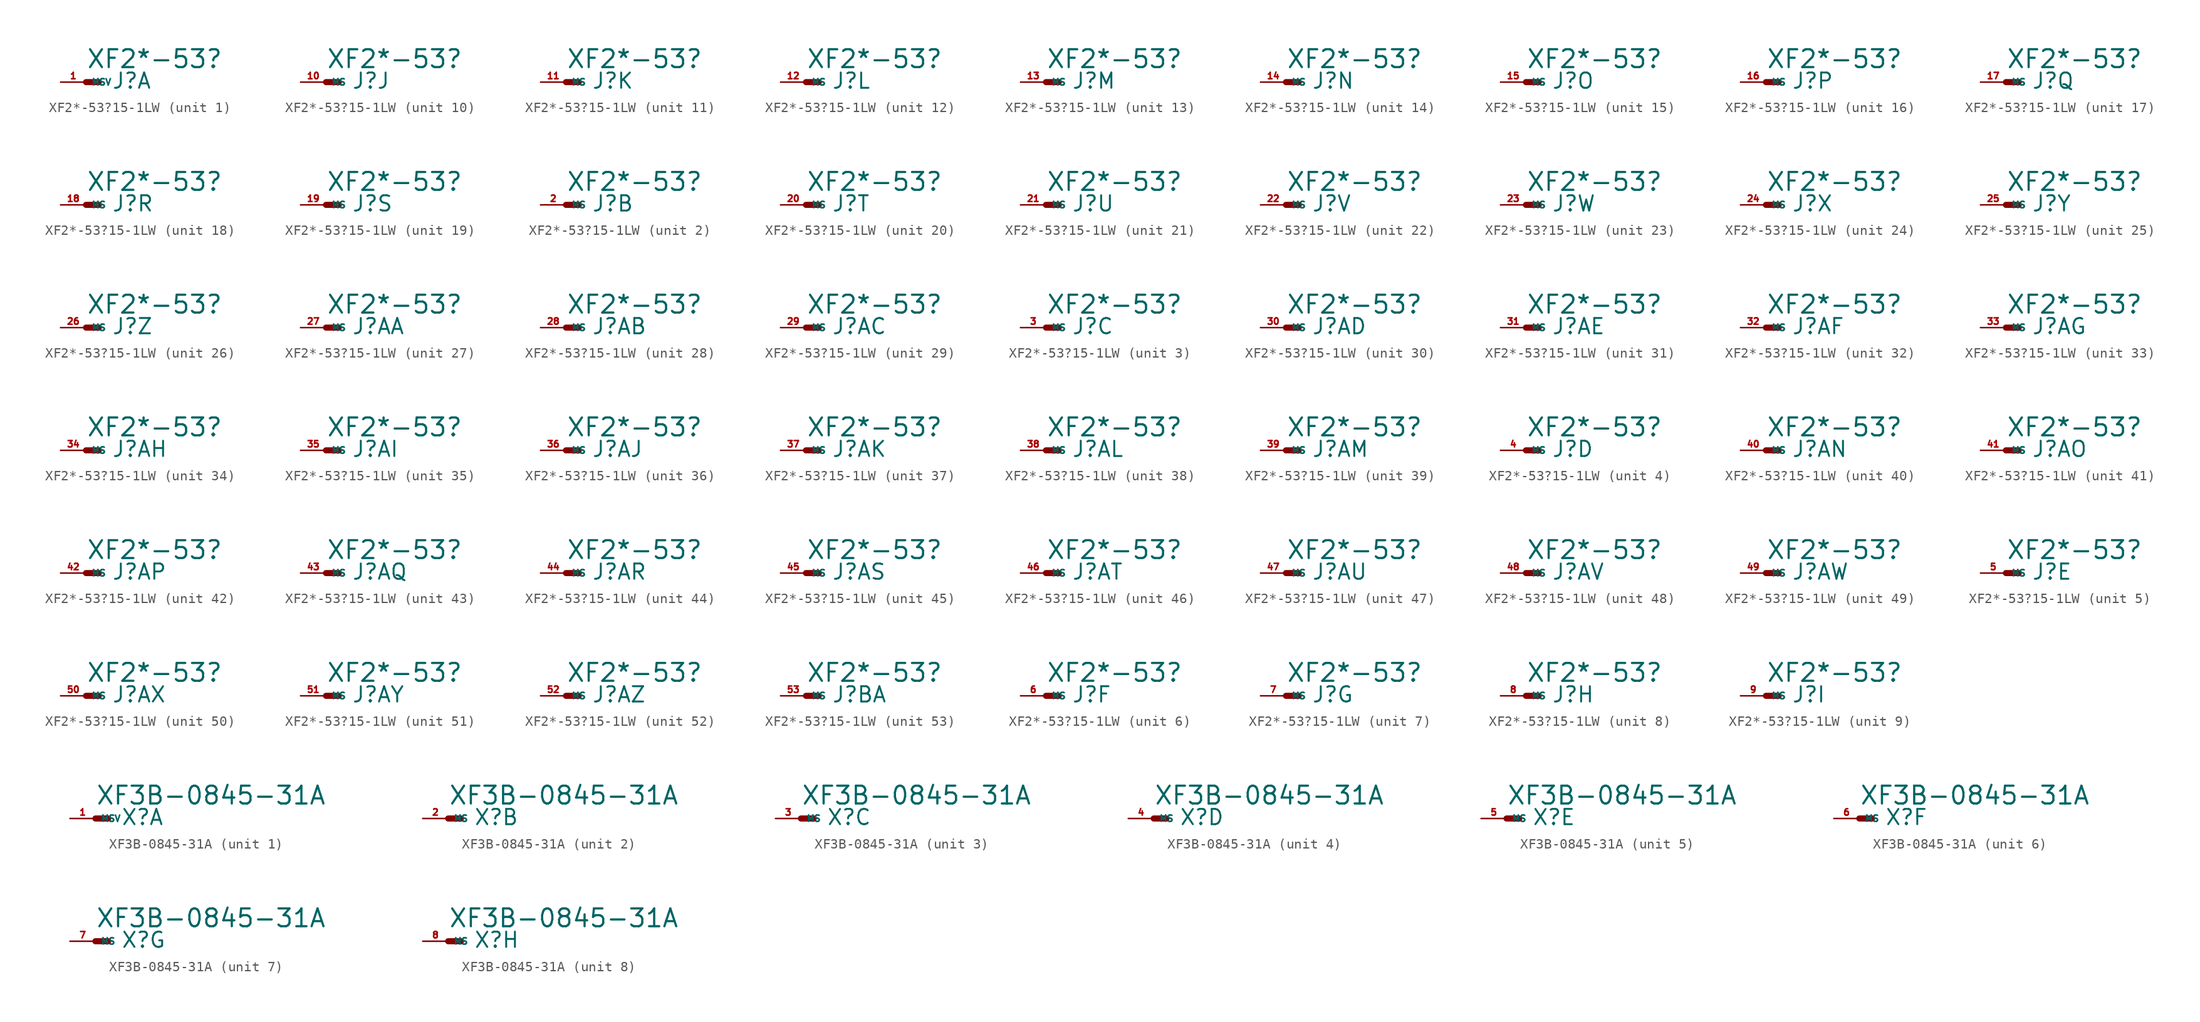
<source format=kicad_sym>
(kicad_symbol_lib
  (version 20220914)
  (generator Eagle2Kicad)
  (symbol "XF2*-53?15-1LW"
    (property "Reference" "J"
      (at 2.54 -0.762 0)
      (effects (font (size 1.524 1.524) (thickness 0.19)) (justify left bottom)))
    (property "Value" "XF2*-53?"
      (at 0 1.27 0)
      (effects (font (size 1.778 1.778) (thickness 0.22)) (justify left bottom)))
    (symbol "XF2*-53?15-1LW_1_0"
      (polyline (pts (xy 0 0) (xy 1.27 0)) (stroke (width 0.61) (type default)) (fill (type none)))
      (pin passive line (at -2.54 0 0) (length 2.54) (name "MSV" (effects (font (size 0.635 0.635) (thickness 0.08)) (justify left bottom))) (number "1" (effects (font (size 0.635 0.635) (thickness 0.08)) (justify left bottom)))))
    (symbol "XF2*-53?15-1LW_2_0"
      (polyline (pts (xy 0 0) (xy 1.27 0)) (stroke (width 0.61) (type default)) (fill (type none)))
      (pin passive line (at -2.54 0 0) (length 2.54) (name "MS" (effects (font (size 0.635 0.635) (thickness 0.08)) (justify left bottom))) (number "2" (effects (font (size 0.635 0.635) (thickness 0.08)) (justify left bottom)))))
    (symbol "XF2*-53?15-1LW_3_0"
      (polyline (pts (xy 0 0) (xy 1.27 0)) (stroke (width 0.61) (type default)) (fill (type none)))
      (pin passive line (at -2.54 0 0) (length 2.54) (name "MS" (effects (font (size 0.635 0.635) (thickness 0.08)) (justify left bottom))) (number "3" (effects (font (size 0.635 0.635) (thickness 0.08)) (justify left bottom)))))
    (symbol "XF2*-53?15-1LW_4_0"
      (polyline (pts (xy 0 0) (xy 1.27 0)) (stroke (width 0.61) (type default)) (fill (type none)))
      (pin passive line (at -2.54 0 0) (length 2.54) (name "MS" (effects (font (size 0.635 0.635) (thickness 0.08)) (justify left bottom))) (number "4" (effects (font (size 0.635 0.635) (thickness 0.08)) (justify left bottom)))))
    (symbol "XF2*-53?15-1LW_5_0"
      (polyline (pts (xy 0 0) (xy 1.27 0)) (stroke (width 0.61) (type default)) (fill (type none)))
      (pin passive line (at -2.54 0 0) (length 2.54) (name "MS" (effects (font (size 0.635 0.635) (thickness 0.08)) (justify left bottom))) (number "5" (effects (font (size 0.635 0.635) (thickness 0.08)) (justify left bottom)))))
    (symbol "XF2*-53?15-1LW_6_0"
      (polyline (pts (xy 0 0) (xy 1.27 0)) (stroke (width 0.61) (type default)) (fill (type none)))
      (pin passive line (at -2.54 0 0) (length 2.54) (name "MS" (effects (font (size 0.635 0.635) (thickness 0.08)) (justify left bottom))) (number "6" (effects (font (size 0.635 0.635) (thickness 0.08)) (justify left bottom)))))
    (symbol "XF2*-53?15-1LW_7_0"
      (polyline (pts (xy 0 0) (xy 1.27 0)) (stroke (width 0.61) (type default)) (fill (type none)))
      (pin passive line (at -2.54 0 0) (length 2.54) (name "MS" (effects (font (size 0.635 0.635) (thickness 0.08)) (justify left bottom))) (number "7" (effects (font (size 0.635 0.635) (thickness 0.08)) (justify left bottom)))))
    (symbol "XF2*-53?15-1LW_8_0"
      (polyline (pts (xy 0 0) (xy 1.27 0)) (stroke (width 0.61) (type default)) (fill (type none)))
      (pin passive line (at -2.54 0 0) (length 2.54) (name "MS" (effects (font (size 0.635 0.635) (thickness 0.08)) (justify left bottom))) (number "8" (effects (font (size 0.635 0.635) (thickness 0.08)) (justify left bottom)))))
    (symbol "XF2*-53?15-1LW_9_0"
      (polyline (pts (xy 0 0) (xy 1.27 0)) (stroke (width 0.61) (type default)) (fill (type none)))
      (pin passive line (at -2.54 0 0) (length 2.54) (name "MS" (effects (font (size 0.635 0.635) (thickness 0.08)) (justify left bottom))) (number "9" (effects (font (size 0.635 0.635) (thickness 0.08)) (justify left bottom)))))
    (symbol "XF2*-53?15-1LW_10_0"
      (polyline (pts (xy 0 0) (xy 1.27 0)) (stroke (width 0.61) (type default)) (fill (type none)))
      (pin passive line (at -2.54 0 0) (length 2.54) (name "MS" (effects (font (size 0.635 0.635) (thickness 0.08)) (justify left bottom))) (number "10" (effects (font (size 0.635 0.635) (thickness 0.08)) (justify left bottom)))))
    (symbol "XF2*-53?15-1LW_11_0"
      (polyline (pts (xy 0 0) (xy 1.27 0)) (stroke (width 0.61) (type default)) (fill (type none)))
      (pin passive line (at -2.54 0 0) (length 2.54) (name "MS" (effects (font (size 0.635 0.635) (thickness 0.08)) (justify left bottom))) (number "11" (effects (font (size 0.635 0.635) (thickness 0.08)) (justify left bottom)))))
    (symbol "XF2*-53?15-1LW_12_0"
      (polyline (pts (xy 0 0) (xy 1.27 0)) (stroke (width 0.61) (type default)) (fill (type none)))
      (pin passive line (at -2.54 0 0) (length 2.54) (name "MS" (effects (font (size 0.635 0.635) (thickness 0.08)) (justify left bottom))) (number "12" (effects (font (size 0.635 0.635) (thickness 0.08)) (justify left bottom)))))
    (symbol "XF2*-53?15-1LW_13_0"
      (polyline (pts (xy 0 0) (xy 1.27 0)) (stroke (width 0.61) (type default)) (fill (type none)))
      (pin passive line (at -2.54 0 0) (length 2.54) (name "MS" (effects (font (size 0.635 0.635) (thickness 0.08)) (justify left bottom))) (number "13" (effects (font (size 0.635 0.635) (thickness 0.08)) (justify left bottom)))))
    (symbol "XF2*-53?15-1LW_14_0"
      (polyline (pts (xy 0 0) (xy 1.27 0)) (stroke (width 0.61) (type default)) (fill (type none)))
      (pin passive line (at -2.54 0 0) (length 2.54) (name "MS" (effects (font (size 0.635 0.635) (thickness 0.08)) (justify left bottom))) (number "14" (effects (font (size 0.635 0.635) (thickness 0.08)) (justify left bottom)))))
    (symbol "XF2*-53?15-1LW_15_0"
      (polyline (pts (xy 0 0) (xy 1.27 0)) (stroke (width 0.61) (type default)) (fill (type none)))
      (pin passive line (at -2.54 0 0) (length 2.54) (name "MS" (effects (font (size 0.635 0.635) (thickness 0.08)) (justify left bottom))) (number "15" (effects (font (size 0.635 0.635) (thickness 0.08)) (justify left bottom)))))
    (symbol "XF2*-53?15-1LW_16_0"
      (polyline (pts (xy 0 0) (xy 1.27 0)) (stroke (width 0.61) (type default)) (fill (type none)))
      (pin passive line (at -2.54 0 0) (length 2.54) (name "MS" (effects (font (size 0.635 0.635) (thickness 0.08)) (justify left bottom))) (number "16" (effects (font (size 0.635 0.635) (thickness 0.08)) (justify left bottom)))))
    (symbol "XF2*-53?15-1LW_17_0"
      (polyline (pts (xy 0 0) (xy 1.27 0)) (stroke (width 0.61) (type default)) (fill (type none)))
      (pin passive line (at -2.54 0 0) (length 2.54) (name "MS" (effects (font (size 0.635 0.635) (thickness 0.08)) (justify left bottom))) (number "17" (effects (font (size 0.635 0.635) (thickness 0.08)) (justify left bottom)))))
    (symbol "XF2*-53?15-1LW_18_0"
      (polyline (pts (xy 0 0) (xy 1.27 0)) (stroke (width 0.61) (type default)) (fill (type none)))
      (pin passive line (at -2.54 0 0) (length 2.54) (name "MS" (effects (font (size 0.635 0.635) (thickness 0.08)) (justify left bottom))) (number "18" (effects (font (size 0.635 0.635) (thickness 0.08)) (justify left bottom)))))
    (symbol "XF2*-53?15-1LW_19_0"
      (polyline (pts (xy 0 0) (xy 1.27 0)) (stroke (width 0.61) (type default)) (fill (type none)))
      (pin passive line (at -2.54 0 0) (length 2.54) (name "MS" (effects (font (size 0.635 0.635) (thickness 0.08)) (justify left bottom))) (number "19" (effects (font (size 0.635 0.635) (thickness 0.08)) (justify left bottom)))))
    (symbol "XF2*-53?15-1LW_20_0"
      (polyline (pts (xy 0 0) (xy 1.27 0)) (stroke (width 0.61) (type default)) (fill (type none)))
      (pin passive line (at -2.54 0 0) (length 2.54) (name "MS" (effects (font (size 0.635 0.635) (thickness 0.08)) (justify left bottom))) (number "20" (effects (font (size 0.635 0.635) (thickness 0.08)) (justify left bottom)))))
    (symbol "XF2*-53?15-1LW_21_0"
      (polyline (pts (xy 0 0) (xy 1.27 0)) (stroke (width 0.61) (type default)) (fill (type none)))
      (pin passive line (at -2.54 0 0) (length 2.54) (name "MS" (effects (font (size 0.635 0.635) (thickness 0.08)) (justify left bottom))) (number "21" (effects (font (size 0.635 0.635) (thickness 0.08)) (justify left bottom)))))
    (symbol "XF2*-53?15-1LW_22_0"
      (polyline (pts (xy 0 0) (xy 1.27 0)) (stroke (width 0.61) (type default)) (fill (type none)))
      (pin passive line (at -2.54 0 0) (length 2.54) (name "MS" (effects (font (size 0.635 0.635) (thickness 0.08)) (justify left bottom))) (number "22" (effects (font (size 0.635 0.635) (thickness 0.08)) (justify left bottom)))))
    (symbol "XF2*-53?15-1LW_23_0"
      (polyline (pts (xy 0 0) (xy 1.27 0)) (stroke (width 0.61) (type default)) (fill (type none)))
      (pin passive line (at -2.54 0 0) (length 2.54) (name "MS" (effects (font (size 0.635 0.635) (thickness 0.08)) (justify left bottom))) (number "23" (effects (font (size 0.635 0.635) (thickness 0.08)) (justify left bottom)))))
    (symbol "XF2*-53?15-1LW_24_0"
      (polyline (pts (xy 0 0) (xy 1.27 0)) (stroke (width 0.61) (type default)) (fill (type none)))
      (pin passive line (at -2.54 0 0) (length 2.54) (name "MS" (effects (font (size 0.635 0.635) (thickness 0.08)) (justify left bottom))) (number "24" (effects (font (size 0.635 0.635) (thickness 0.08)) (justify left bottom)))))
    (symbol "XF2*-53?15-1LW_25_0"
      (polyline (pts (xy 0 0) (xy 1.27 0)) (stroke (width 0.61) (type default)) (fill (type none)))
      (pin passive line (at -2.54 0 0) (length 2.54) (name "MS" (effects (font (size 0.635 0.635) (thickness 0.08)) (justify left bottom))) (number "25" (effects (font (size 0.635 0.635) (thickness 0.08)) (justify left bottom)))))
    (symbol "XF2*-53?15-1LW_26_0"
      (polyline (pts (xy 0 0) (xy 1.27 0)) (stroke (width 0.61) (type default)) (fill (type none)))
      (pin passive line (at -2.54 0 0) (length 2.54) (name "MS" (effects (font (size 0.635 0.635) (thickness 0.08)) (justify left bottom))) (number "26" (effects (font (size 0.635 0.635) (thickness 0.08)) (justify left bottom)))))
    (symbol "XF2*-53?15-1LW_27_0"
      (polyline (pts (xy 0 0) (xy 1.27 0)) (stroke (width 0.61) (type default)) (fill (type none)))
      (pin passive line (at -2.54 0 0) (length 2.54) (name "MS" (effects (font (size 0.635 0.635) (thickness 0.08)) (justify left bottom))) (number "27" (effects (font (size 0.635 0.635) (thickness 0.08)) (justify left bottom)))))
    (symbol "XF2*-53?15-1LW_28_0"
      (polyline (pts (xy 0 0) (xy 1.27 0)) (stroke (width 0.61) (type default)) (fill (type none)))
      (pin passive line (at -2.54 0 0) (length 2.54) (name "MS" (effects (font (size 0.635 0.635) (thickness 0.08)) (justify left bottom))) (number "28" (effects (font (size 0.635 0.635) (thickness 0.08)) (justify left bottom)))))
    (symbol "XF2*-53?15-1LW_29_0"
      (polyline (pts (xy 0 0) (xy 1.27 0)) (stroke (width 0.61) (type default)) (fill (type none)))
      (pin passive line (at -2.54 0 0) (length 2.54) (name "MS" (effects (font (size 0.635 0.635) (thickness 0.08)) (justify left bottom))) (number "29" (effects (font (size 0.635 0.635) (thickness 0.08)) (justify left bottom)))))
    (symbol "XF2*-53?15-1LW_30_0"
      (polyline (pts (xy 0 0) (xy 1.27 0)) (stroke (width 0.61) (type default)) (fill (type none)))
      (pin passive line (at -2.54 0 0) (length 2.54) (name "MS" (effects (font (size 0.635 0.635) (thickness 0.08)) (justify left bottom))) (number "30" (effects (font (size 0.635 0.635) (thickness 0.08)) (justify left bottom)))))
    (symbol "XF2*-53?15-1LW_31_0"
      (polyline (pts (xy 0 0) (xy 1.27 0)) (stroke (width 0.61) (type default)) (fill (type none)))
      (pin passive line (at -2.54 0 0) (length 2.54) (name "MS" (effects (font (size 0.635 0.635) (thickness 0.08)) (justify left bottom))) (number "31" (effects (font (size 0.635 0.635) (thickness 0.08)) (justify left bottom)))))
    (symbol "XF2*-53?15-1LW_32_0"
      (polyline (pts (xy 0 0) (xy 1.27 0)) (stroke (width 0.61) (type default)) (fill (type none)))
      (pin passive line (at -2.54 0 0) (length 2.54) (name "MS" (effects (font (size 0.635 0.635) (thickness 0.08)) (justify left bottom))) (number "32" (effects (font (size 0.635 0.635) (thickness 0.08)) (justify left bottom)))))
    (symbol "XF2*-53?15-1LW_33_0"
      (polyline (pts (xy 0 0) (xy 1.27 0)) (stroke (width 0.61) (type default)) (fill (type none)))
      (pin passive line (at -2.54 0 0) (length 2.54) (name "MS" (effects (font (size 0.635 0.635) (thickness 0.08)) (justify left bottom))) (number "33" (effects (font (size 0.635 0.635) (thickness 0.08)) (justify left bottom)))))
    (symbol "XF2*-53?15-1LW_34_0"
      (polyline (pts (xy 0 0) (xy 1.27 0)) (stroke (width 0.61) (type default)) (fill (type none)))
      (pin passive line (at -2.54 0 0) (length 2.54) (name "MS" (effects (font (size 0.635 0.635) (thickness 0.08)) (justify left bottom))) (number "34" (effects (font (size 0.635 0.635) (thickness 0.08)) (justify left bottom)))))
    (symbol "XF2*-53?15-1LW_35_0"
      (polyline (pts (xy 0 0) (xy 1.27 0)) (stroke (width 0.61) (type default)) (fill (type none)))
      (pin passive line (at -2.54 0 0) (length 2.54) (name "MS" (effects (font (size 0.635 0.635) (thickness 0.08)) (justify left bottom))) (number "35" (effects (font (size 0.635 0.635) (thickness 0.08)) (justify left bottom)))))
    (symbol "XF2*-53?15-1LW_36_0"
      (polyline (pts (xy 0 0) (xy 1.27 0)) (stroke (width 0.61) (type default)) (fill (type none)))
      (pin passive line (at -2.54 0 0) (length 2.54) (name "MS" (effects (font (size 0.635 0.635) (thickness 0.08)) (justify left bottom))) (number "36" (effects (font (size 0.635 0.635) (thickness 0.08)) (justify left bottom)))))
    (symbol "XF2*-53?15-1LW_37_0"
      (polyline (pts (xy 0 0) (xy 1.27 0)) (stroke (width 0.61) (type default)) (fill (type none)))
      (pin passive line (at -2.54 0 0) (length 2.54) (name "MS" (effects (font (size 0.635 0.635) (thickness 0.08)) (justify left bottom))) (number "37" (effects (font (size 0.635 0.635) (thickness 0.08)) (justify left bottom)))))
    (symbol "XF2*-53?15-1LW_38_0"
      (polyline (pts (xy 0 0) (xy 1.27 0)) (stroke (width 0.61) (type default)) (fill (type none)))
      (pin passive line (at -2.54 0 0) (length 2.54) (name "MS" (effects (font (size 0.635 0.635) (thickness 0.08)) (justify left bottom))) (number "38" (effects (font (size 0.635 0.635) (thickness 0.08)) (justify left bottom)))))
    (symbol "XF2*-53?15-1LW_39_0"
      (polyline (pts (xy 0 0) (xy 1.27 0)) (stroke (width 0.61) (type default)) (fill (type none)))
      (pin passive line (at -2.54 0 0) (length 2.54) (name "MS" (effects (font (size 0.635 0.635) (thickness 0.08)) (justify left bottom))) (number "39" (effects (font (size 0.635 0.635) (thickness 0.08)) (justify left bottom)))))
    (symbol "XF2*-53?15-1LW_40_0"
      (polyline (pts (xy 0 0) (xy 1.27 0)) (stroke (width 0.61) (type default)) (fill (type none)))
      (pin passive line (at -2.54 0 0) (length 2.54) (name "MS" (effects (font (size 0.635 0.635) (thickness 0.08)) (justify left bottom))) (number "40" (effects (font (size 0.635 0.635) (thickness 0.08)) (justify left bottom)))))
    (symbol "XF2*-53?15-1LW_41_0"
      (polyline (pts (xy 0 0) (xy 1.27 0)) (stroke (width 0.61) (type default)) (fill (type none)))
      (pin passive line (at -2.54 0 0) (length 2.54) (name "MS" (effects (font (size 0.635 0.635) (thickness 0.08)) (justify left bottom))) (number "41" (effects (font (size 0.635 0.635) (thickness 0.08)) (justify left bottom)))))
    (symbol "XF2*-53?15-1LW_42_0"
      (polyline (pts (xy 0 0) (xy 1.27 0)) (stroke (width 0.61) (type default)) (fill (type none)))
      (pin passive line (at -2.54 0 0) (length 2.54) (name "MS" (effects (font (size 0.635 0.635) (thickness 0.08)) (justify left bottom))) (number "42" (effects (font (size 0.635 0.635) (thickness 0.08)) (justify left bottom)))))
    (symbol "XF2*-53?15-1LW_43_0"
      (polyline (pts (xy 0 0) (xy 1.27 0)) (stroke (width 0.61) (type default)) (fill (type none)))
      (pin passive line (at -2.54 0 0) (length 2.54) (name "MS" (effects (font (size 0.635 0.635) (thickness 0.08)) (justify left bottom))) (number "43" (effects (font (size 0.635 0.635) (thickness 0.08)) (justify left bottom)))))
    (symbol "XF2*-53?15-1LW_44_0"
      (polyline (pts (xy 0 0) (xy 1.27 0)) (stroke (width 0.61) (type default)) (fill (type none)))
      (pin passive line (at -2.54 0 0) (length 2.54) (name "MS" (effects (font (size 0.635 0.635) (thickness 0.08)) (justify left bottom))) (number "44" (effects (font (size 0.635 0.635) (thickness 0.08)) (justify left bottom)))))
    (symbol "XF2*-53?15-1LW_45_0"
      (polyline (pts (xy 0 0) (xy 1.27 0)) (stroke (width 0.61) (type default)) (fill (type none)))
      (pin passive line (at -2.54 0 0) (length 2.54) (name "MS" (effects (font (size 0.635 0.635) (thickness 0.08)) (justify left bottom))) (number "45" (effects (font (size 0.635 0.635) (thickness 0.08)) (justify left bottom)))))
    (symbol "XF2*-53?15-1LW_46_0"
      (polyline (pts (xy 0 0) (xy 1.27 0)) (stroke (width 0.61) (type default)) (fill (type none)))
      (pin passive line (at -2.54 0 0) (length 2.54) (name "MS" (effects (font (size 0.635 0.635) (thickness 0.08)) (justify left bottom))) (number "46" (effects (font (size 0.635 0.635) (thickness 0.08)) (justify left bottom)))))
    (symbol "XF2*-53?15-1LW_47_0"
      (polyline (pts (xy 0 0) (xy 1.27 0)) (stroke (width 0.61) (type default)) (fill (type none)))
      (pin passive line (at -2.54 0 0) (length 2.54) (name "MS" (effects (font (size 0.635 0.635) (thickness 0.08)) (justify left bottom))) (number "47" (effects (font (size 0.635 0.635) (thickness 0.08)) (justify left bottom)))))
    (symbol "XF2*-53?15-1LW_48_0"
      (polyline (pts (xy 0 0) (xy 1.27 0)) (stroke (width 0.61) (type default)) (fill (type none)))
      (pin passive line (at -2.54 0 0) (length 2.54) (name "MS" (effects (font (size 0.635 0.635) (thickness 0.08)) (justify left bottom))) (number "48" (effects (font (size 0.635 0.635) (thickness 0.08)) (justify left bottom)))))
    (symbol "XF2*-53?15-1LW_49_0"
      (polyline (pts (xy 0 0) (xy 1.27 0)) (stroke (width 0.61) (type default)) (fill (type none)))
      (pin passive line (at -2.54 0 0) (length 2.54) (name "MS" (effects (font (size 0.635 0.635) (thickness 0.08)) (justify left bottom))) (number "49" (effects (font (size 0.635 0.635) (thickness 0.08)) (justify left bottom)))))
    (symbol "XF2*-53?15-1LW_50_0"
      (polyline (pts (xy 0 0) (xy 1.27 0)) (stroke (width 0.61) (type default)) (fill (type none)))
      (pin passive line (at -2.54 0 0) (length 2.54) (name "MS" (effects (font (size 0.635 0.635) (thickness 0.08)) (justify left bottom))) (number "50" (effects (font (size 0.635 0.635) (thickness 0.08)) (justify left bottom)))))
    (symbol "XF2*-53?15-1LW_51_0"
      (polyline (pts (xy 0 0) (xy 1.27 0)) (stroke (width 0.61) (type default)) (fill (type none)))
      (pin passive line (at -2.54 0 0) (length 2.54) (name "MS" (effects (font (size 0.635 0.635) (thickness 0.08)) (justify left bottom))) (number "51" (effects (font (size 0.635 0.635) (thickness 0.08)) (justify left bottom)))))
    (symbol "XF2*-53?15-1LW_52_0"
      (polyline (pts (xy 0 0) (xy 1.27 0)) (stroke (width 0.61) (type default)) (fill (type none)))
      (pin passive line (at -2.54 0 0) (length 2.54) (name "MS" (effects (font (size 0.635 0.635) (thickness 0.08)) (justify left bottom))) (number "52" (effects (font (size 0.635 0.635) (thickness 0.08)) (justify left bottom)))))
    (symbol "XF2*-53?15-1LW_53_0"
      (polyline (pts (xy 0 0) (xy 1.27 0)) (stroke (width 0.61) (type default)) (fill (type none)))
      (pin passive line (at -2.54 0 0) (length 2.54) (name "MS" (effects (font (size 0.635 0.635) (thickness 0.08)) (justify left bottom))) (number "53" (effects (font (size 0.635 0.635) (thickness 0.08)) (justify left bottom))))))
  (symbol "XF3B-0845-31A"
    (property "Reference" "X"
      (at 2.54 -0.762 0)
      (effects (font (size 1.524 1.524) (thickness 0.19)) (justify left bottom)))
    (property "Value" "XF3B-0845-31A"
      (at 0 1.27 0)
      (effects (font (size 1.778 1.778) (thickness 0.22)) (justify left bottom)))
    (symbol "XF3B-0845-31A_1_0"
      (polyline (pts (xy 0 0) (xy 1.27 0)) (stroke (width 0.61) (type default)) (fill (type none)))
      (pin passive line (at -2.54 0 0) (length 2.54) (name "MSV" (effects (font (size 0.635 0.635) (thickness 0.08)) (justify left bottom))) (number "1" (effects (font (size 0.635 0.635) (thickness 0.08)) (justify left bottom)))))
    (symbol "XF3B-0845-31A_2_0"
      (polyline (pts (xy 0 0) (xy 1.27 0)) (stroke (width 0.61) (type default)) (fill (type none)))
      (pin passive line (at -2.54 0 0) (length 2.54) (name "MS" (effects (font (size 0.635 0.635) (thickness 0.08)) (justify left bottom))) (number "2" (effects (font (size 0.635 0.635) (thickness 0.08)) (justify left bottom)))))
    (symbol "XF3B-0845-31A_3_0"
      (polyline (pts (xy 0 0) (xy 1.27 0)) (stroke (width 0.61) (type default)) (fill (type none)))
      (pin passive line (at -2.54 0 0) (length 2.54) (name "MS" (effects (font (size 0.635 0.635) (thickness 0.08)) (justify left bottom))) (number "3" (effects (font (size 0.635 0.635) (thickness 0.08)) (justify left bottom)))))
    (symbol "XF3B-0845-31A_4_0"
      (polyline (pts (xy 0 0) (xy 1.27 0)) (stroke (width 0.61) (type default)) (fill (type none)))
      (pin passive line (at -2.54 0 0) (length 2.54) (name "MS" (effects (font (size 0.635 0.635) (thickness 0.08)) (justify left bottom))) (number "4" (effects (font (size 0.635 0.635) (thickness 0.08)) (justify left bottom)))))
    (symbol "XF3B-0845-31A_5_0"
      (polyline (pts (xy 0 0) (xy 1.27 0)) (stroke (width 0.61) (type default)) (fill (type none)))
      (pin passive line (at -2.54 0 0) (length 2.54) (name "MS" (effects (font (size 0.635 0.635) (thickness 0.08)) (justify left bottom))) (number "5" (effects (font (size 0.635 0.635) (thickness 0.08)) (justify left bottom)))))
    (symbol "XF3B-0845-31A_6_0"
      (polyline (pts (xy 0 0) (xy 1.27 0)) (stroke (width 0.61) (type default)) (fill (type none)))
      (pin passive line (at -2.54 0 0) (length 2.54) (name "MS" (effects (font (size 0.635 0.635) (thickness 0.08)) (justify left bottom))) (number "6" (effects (font (size 0.635 0.635) (thickness 0.08)) (justify left bottom)))))
    (symbol "XF3B-0845-31A_7_0"
      (polyline (pts (xy 0 0) (xy 1.27 0)) (stroke (width 0.61) (type default)) (fill (type none)))
      (pin passive line (at -2.54 0 0) (length 2.54) (name "MS" (effects (font (size 0.635 0.635) (thickness 0.08)) (justify left bottom))) (number "7" (effects (font (size 0.635 0.635) (thickness 0.08)) (justify left bottom)))))
    (symbol "XF3B-0845-31A_8_0"
      (polyline (pts (xy 0 0) (xy 1.27 0)) (stroke (width 0.61) (type default)) (fill (type none)))
      (pin passive line (at -2.54 0 0) (length 2.54) (name "MS" (effects (font (size 0.635 0.635) (thickness 0.08)) (justify left bottom))) (number "8" (effects (font (size 0.635 0.635) (thickness 0.08)) (justify left bottom)))))))
</source>
